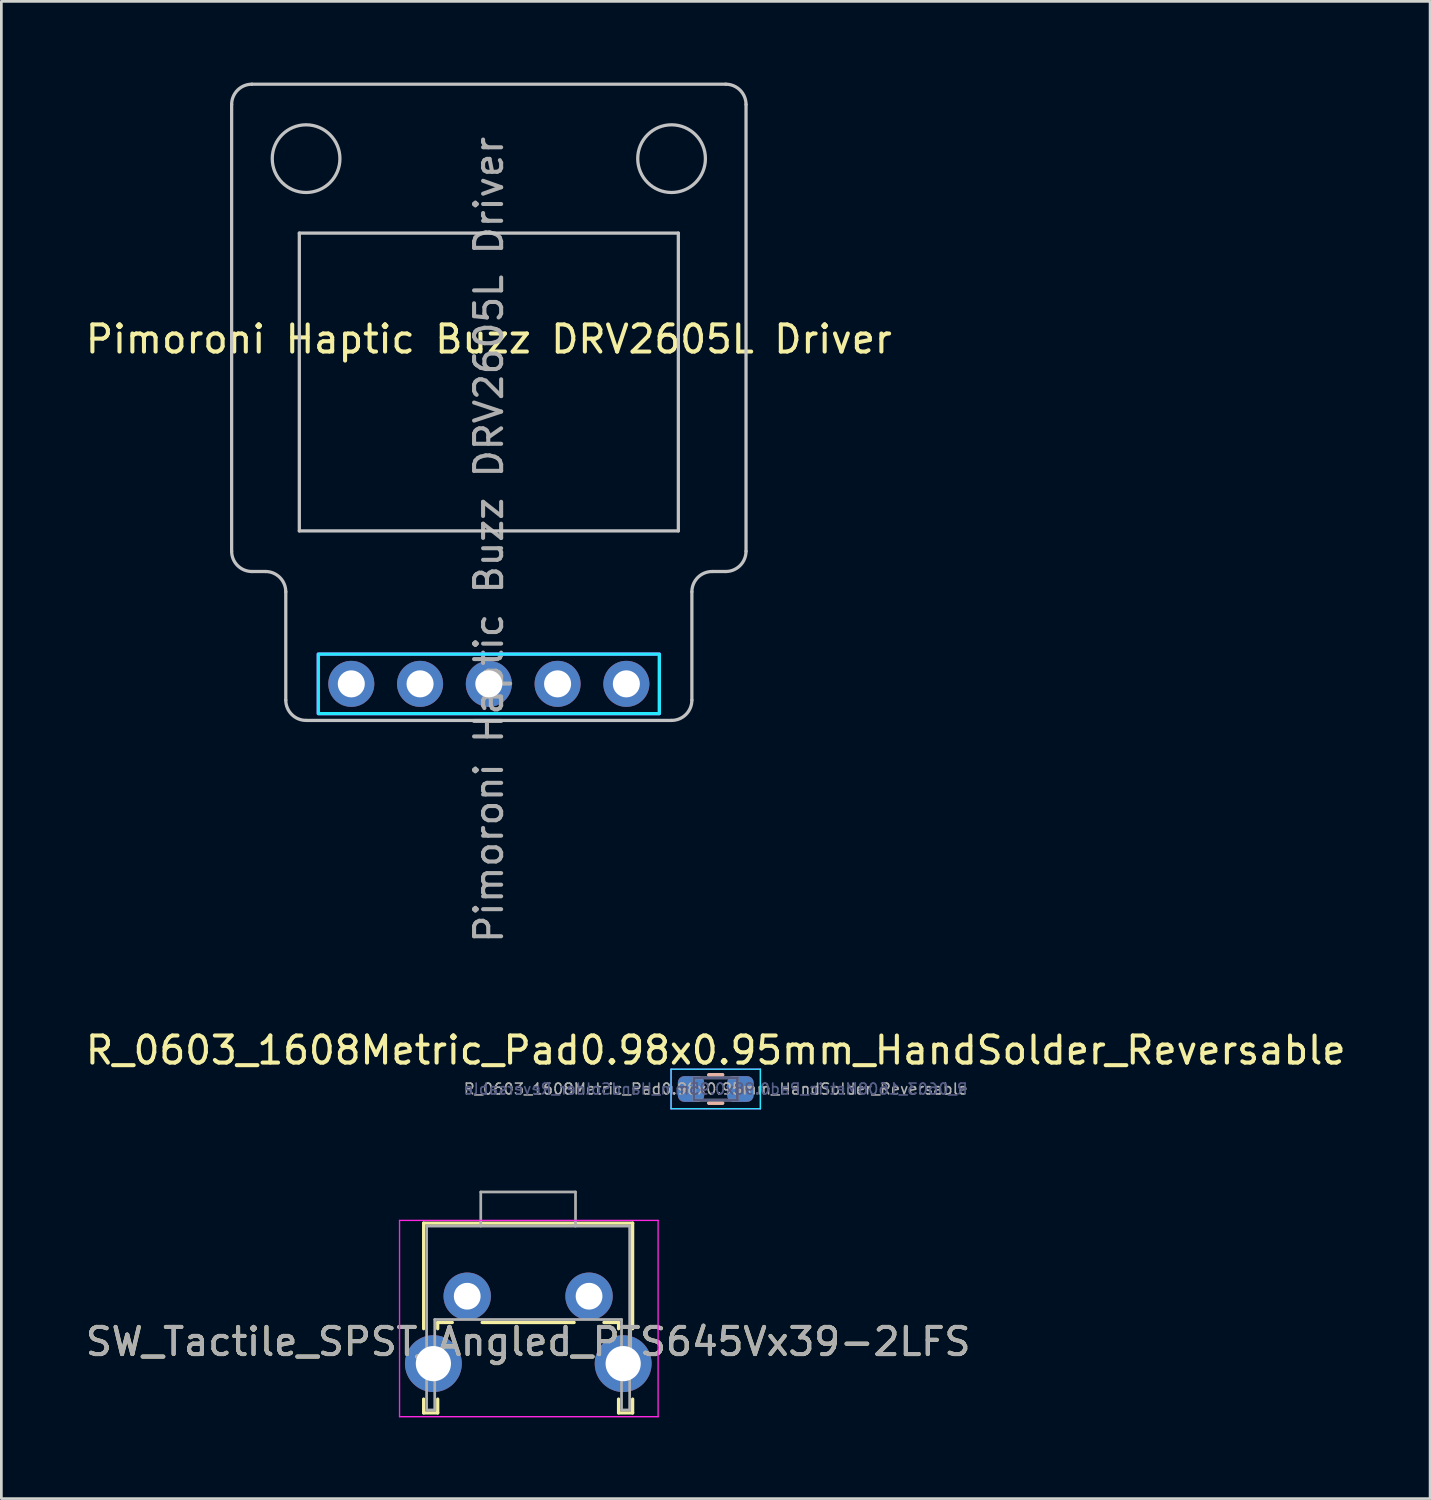
<source format=kicad_pcb>
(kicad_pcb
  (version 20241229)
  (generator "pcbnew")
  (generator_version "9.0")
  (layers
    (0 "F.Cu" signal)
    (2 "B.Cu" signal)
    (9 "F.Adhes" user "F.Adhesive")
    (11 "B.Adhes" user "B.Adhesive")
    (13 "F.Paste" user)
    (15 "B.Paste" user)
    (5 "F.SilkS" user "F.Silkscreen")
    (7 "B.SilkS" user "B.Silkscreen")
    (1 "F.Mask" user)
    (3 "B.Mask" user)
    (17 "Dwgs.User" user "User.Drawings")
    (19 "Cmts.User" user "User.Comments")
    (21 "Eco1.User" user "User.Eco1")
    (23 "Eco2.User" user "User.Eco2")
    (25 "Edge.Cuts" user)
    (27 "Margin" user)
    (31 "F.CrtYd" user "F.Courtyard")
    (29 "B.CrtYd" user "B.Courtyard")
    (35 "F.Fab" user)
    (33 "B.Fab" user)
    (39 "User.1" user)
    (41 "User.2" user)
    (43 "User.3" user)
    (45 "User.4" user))
  (footprint "Pimoroni Haptic Buzz DRV2605L Driver"
    (layer "F.Cu")
    (at 15.006 11.81)
    (property "Reference" "Pimoroni Haptic Buzz DRV2605L Driver" (at 0 -2.33 0) (layer "F.SilkS") (effects (font (size 1 1) (thickness 0.15))))
    (attr through_hole)
    (fp_line (start -9.5 -11) (end -9.5 5.5) (stroke (width 0.12) (type solid)) (layer "Dwgs.User"))
    (fp_line (start -8.75 6.25) (end -8.25 6.25) (stroke (width 0.12) (type solid)) (layer "Dwgs.User"))
    (fp_line (start -7.5 11) (end -7.5 7) (stroke (width 0.12) (type solid)) (layer "Dwgs.User"))
    (fp_line (start -7 -6.25) (end -7 4.75) (stroke (width 0.12) (type solid)) (layer "Dwgs.User"))
    (fp_line (start -7 4.75) (end 7 4.75) (stroke (width 0.12) (type solid)) (layer "Dwgs.User"))
    (fp_line (start -6.75 11.75) (end 6.75 11.75) (stroke (width 0.12) (type solid)) (layer "Dwgs.User"))
    (fp_line (start 7 -6.25) (end -7 -6.25) (stroke (width 0.12) (type solid)) (layer "Dwgs.User"))
    (fp_line (start 7 4.75) (end 7 -6.25) (stroke (width 0.12) (type solid)) (layer "Dwgs.User"))
    (fp_line (start 7.5 7) (end 7.5 11) (stroke (width 0.12) (type solid)) (layer "Dwgs.User"))
    (fp_line (start 8.75 -11.75) (end -8.75 -11.75) (stroke (width 0.12) (type solid)) (layer "Dwgs.User"))
    (fp_line (start 8.75 6.25) (end 8.25 6.25) (stroke (width 0.12) (type solid)) (layer "Dwgs.User"))
    (fp_line (start 9.5 5.5) (end 9.5 -11) (stroke (width 0.12) (type solid)) (layer "Dwgs.User"))
    (fp_arc (start -9.5 -11) (mid -9.28033 -11.53033) (end -8.75 -11.75) (stroke (width 0.12) (type solid)) (layer "Dwgs.User"))
    (fp_arc (start -8.75 6.25) (mid -9.28033 6.03033) (end -9.5 5.5) (stroke (width 0.12) (type solid)) (layer "Dwgs.User"))
    (fp_arc (start -8.25 6.25) (mid -7.71967 6.46967) (end -7.5 7) (stroke (width 0.12) (type solid)) (layer "Dwgs.User"))
    (fp_arc (start -6.75 11.75) (mid -7.28033 11.53033) (end -7.5 11) (stroke (width 0.12) (type solid)) (layer "Dwgs.User"))
    (fp_arc (start 7.5 7) (mid 7.71967 6.46967) (end 8.25 6.25) (stroke (width 0.12) (type solid)) (layer "Dwgs.User"))
    (fp_arc (start 7.5 11) (mid 7.28033 11.53033) (end 6.75 11.75) (stroke (width 0.12) (type solid)) (layer "Dwgs.User"))
    (fp_arc (start 8.75 -11.75) (mid 9.28033 -11.53033) (end 9.5 -11) (stroke (width 0.12) (type solid)) (layer "Dwgs.User"))
    (fp_arc (start 9.5 5.5) (mid 9.28033 6.03033) (end 8.75 6.25) (stroke (width 0.12) (type solid)) (layer "Dwgs.User"))
    (fp_circle (center -6.75 -9) (end -5.5 -9) (stroke (width 0.12) (type solid)) (fill no) (layer "Dwgs.User"))
    (fp_circle (center 6.75 -9) (end 8 -9) (stroke (width 0.12) (type solid)) (fill no) (layer "Dwgs.User"))
    (fp_rect (start -6.3 11.5) (end 6.3 9.3) (stroke (width 0.12) (type solid)) (fill no) (layer "B.CrtYd"))
    (fp_rect (start -6.3 11.5) (end 6.3 9.3) (stroke (width 0.12) (type solid)) (fill no) (layer "F.CrtYd"))
    (fp_text user "${REFERENCE}" (at 0 5.08 90) (layer "F.Fab") (effects (font (size 1 1) (thickness 0.15))))
    (pad "1" thru_hole circle (at -5.08 10.4 90) (size 1.7 1.7) (drill 1) (layers "*.Cu" "*.Mask"))
    (pad "2" thru_hole oval (at -2.54 10.4 90) (size 1.7 1.7) (drill 1) (layers "*.Cu" "*.Mask"))
    (pad "3" thru_hole oval (at 0 10.4 90) (size 1.7 1.7) (drill 1) (layers "*.Cu" "*.Mask"))
    (pad "4" thru_hole oval (at 2.54 10.4 90) (size 1.7 1.7) (drill 1) (layers "*.Cu" "*.Mask"))
    (pad "5" thru_hole oval (at 5.08 10.4 90) (size 1.7 1.7) (drill 1) (layers "*.Cu" "*.Mask")))
  (footprint "SW_Tactile_SPST_Angled_PTS645Vx39-2LFS"
    (layer "F.Cu")
    (at 14.208 44.829)
    (property "Reference" "SW_Tactile_SPST_Angled_PTS645Vx39-2LFS" (at 2.25 1.68 180) (layer "F.SilkS") (effects (font (size 1 1) (thickness 0.15))))
    (attr through_hole)
    (fp_line (start -1.61 -2.7) (end -1.61 1.2) (stroke (width 0.12) (type solid)) (layer "F.SilkS"))
    (fp_line (start -1.61 -2.7) (end 6.11 -2.7) (stroke (width 0.12) (type solid)) (layer "F.SilkS"))
    (fp_line (start -1.61 3.8) (end -1.61 4.31) (stroke (width 0.12) (type solid)) (layer "F.SilkS"))
    (fp_line (start -1.61 4.31) (end -1.09 4.31) (stroke (width 0.12) (type solid)) (layer "F.SilkS"))
    (fp_line (start -1.09 0.97) (end -1.09 1.2) (stroke (width 0.12) (type solid)) (layer "F.SilkS"))
    (fp_line (start -1.09 0.97) (end -0.55 0.97) (stroke (width 0.12) (type solid)) (layer "F.SilkS"))
    (fp_line (start -1.09 3.8) (end -1.09 4.31) (stroke (width 0.12) (type solid)) (layer "F.SilkS"))
    (fp_line (start 0.55 0.97) (end 3.95 0.97) (stroke (width 0.12) (type solid)) (layer "F.SilkS"))
    (fp_line (start 5.05 0.97) (end 5.59 0.97) (stroke (width 0.12) (type solid)) (layer "F.SilkS"))
    (fp_line (start 5.59 0.97) (end 5.59 1.2) (stroke (width 0.12) (type solid)) (layer "F.SilkS"))
    (fp_line (start 5.59 3.8) (end 5.59 4.31) (stroke (width 0.12) (type solid)) (layer "F.SilkS"))
    (fp_line (start 5.59 4.31) (end 6.11 4.31) (stroke (width 0.12) (type solid)) (layer "F.SilkS"))
    (fp_line (start 6.11 -2.7) (end 6.11 1.2) (stroke (width 0.12) (type solid)) (layer "F.SilkS"))
    (fp_line (start 6.11 3.8) (end 6.11 4.31) (stroke (width 0.12) (type solid)) (layer "F.SilkS"))
    (fp_line (start -2.5 -2.8) (end 7.05 -2.8) (stroke (width 0.05) (type solid)) (layer "F.CrtYd"))
    (fp_line (start -2.5 4.45) (end -2.5 -2.8) (stroke (width 0.05) (type solid)) (layer "F.CrtYd"))
    (fp_line (start 7.05 -2.8) (end 7.05 4.45) (stroke (width 0.05) (type solid)) (layer "F.CrtYd"))
    (fp_line (start 7.05 4.45) (end -2.5 4.45) (stroke (width 0.05) (type solid)) (layer "F.CrtYd"))
    (fp_line (start -1.5 -2.59) (end 6 -2.59) (stroke (width 0.1) (type solid)) (layer "F.Fab"))
    (fp_line (start -1.5 4.2) (end -1.5 -2.59) (stroke (width 0.1) (type solid)) (layer "F.Fab"))
    (fp_line (start -1.5 4.2) (end -1.2 4.2) (stroke (width 0.1) (type solid)) (layer "F.Fab"))
    (fp_line (start -1.2 0.86) (end 5.7 0.86) (stroke (width 0.1) (type solid)) (layer "F.Fab"))
    (fp_line (start -1.2 4.2) (end -1.2 0.86) (stroke (width 0.1) (type solid)) (layer "F.Fab"))
    (fp_line (start 0.5 -3.85) (end 0.5 -2.59) (stroke (width 0.1) (type solid)) (layer "F.Fab"))
    (fp_line (start 0.5 -3.85) (end 4 -3.85) (stroke (width 0.1) (type solid)) (layer "F.Fab"))
    (fp_line (start 4 -3.85) (end 4 -2.59) (stroke (width 0.1) (type solid)) (layer "F.Fab"))
    (fp_line (start 5.7 4.2) (end 5.7 0.86) (stroke (width 0.1) (type solid)) (layer "F.Fab"))
    (fp_line (start 5.7 4.2) (end 6 4.2) (stroke (width 0.1) (type solid)) (layer "F.Fab"))
    (fp_line (start 6 4.2) (end 6 -2.59) (stroke (width 0.1) (type solid)) (layer "F.Fab"))
    (fp_text user "${REFERENCE}" (at 2.25 1.68 180) (layer "F.Fab") (effects (font (size 1 1) (thickness 0.15))))
    (pad "" thru_hole circle (at -1.25 2.49) (size 2.1 2.1) (drill 1.3) (layers "*.Cu" "*.Mask"))
    (pad "" thru_hole circle (at 5.76 2.49) (size 2.1 2.1) (drill 1.3) (layers "*.Cu" "*.Mask"))
    (pad "1" thru_hole circle (at 0 0) (size 1.75 1.75) (drill 0.99) (layers "*.Cu" "*.Mask"))
    (pad "2" thru_hole circle (at 4.5 0) (size 1.75 1.75) (drill 0.99) (layers "*.Cu" "*.Mask")))
  (footprint "R_0603_1608Metric_Pad0.98x0.95mm_HandSolder_Reversable"
    (layer "F.Cu")
    (at 23.387 37.174)
    (property "Reference" "R_0603_1608Metric_Pad0.98x0.95mm_HandSolder_Reversable" (at 0 -1.43 0) (layer "F.SilkS") (effects (font (size 1 1) (thickness 0.15))))
    (attr smd)
    (fp_line (start -0.255 -0.522) (end 0.255 -0.522) (stroke (width 0.12) (type solid)) (layer "F.SilkS"))
    (fp_line (start -0.255 0.522) (end 0.255 0.522) (stroke (width 0.12) (type solid)) (layer "F.SilkS"))
    (fp_line (start -0.255 -0.522) (end 0.255 -0.522) (stroke (width 0.12) (type solid)) (layer "B.SilkS"))
    (fp_line (start -0.255 0.522) (end 0.255 0.522) (stroke (width 0.12) (type solid)) (layer "B.SilkS"))
    (fp_line (start -1.65 -0.73) (end -1.65 0.73) (stroke (width 0.05) (type solid)) (layer "B.CrtYd"))
    (fp_line (start -1.65 0.73) (end 1.65 0.73) (stroke (width 0.05) (type solid)) (layer "B.CrtYd"))
    (fp_line (start 1.65 -0.73) (end -1.65 -0.73) (stroke (width 0.05) (type solid)) (layer "B.CrtYd"))
    (fp_line (start 1.65 0.73) (end 1.65 -0.73) (stroke (width 0.05) (type solid)) (layer "B.CrtYd"))
    (fp_line (start -1.65 -0.73) (end 1.65 -0.73) (stroke (width 0.05) (type solid)) (layer "F.CrtYd"))
    (fp_line (start -1.65 0.73) (end -1.65 -0.73) (stroke (width 0.05) (type solid)) (layer "F.CrtYd"))
    (fp_line (start 1.65 -0.73) (end 1.65 0.73) (stroke (width 0.05) (type solid)) (layer "F.CrtYd"))
    (fp_line (start 1.65 0.73) (end -1.65 0.73) (stroke (width 0.05) (type solid)) (layer "F.CrtYd"))
    (fp_line (start -0.8 -0.412) (end -0.8 0.412) (stroke (width 0.1) (type solid)) (layer "B.Fab"))
    (fp_line (start -0.8 0.412) (end 0.8 0.412) (stroke (width 0.1) (type solid)) (layer "B.Fab"))
    (fp_line (start 0.8 -0.412) (end -0.8 -0.412) (stroke (width 0.1) (type solid)) (layer "B.Fab"))
    (fp_line (start 0.8 0.412) (end 0.8 -0.412) (stroke (width 0.1) (type solid)) (layer "B.Fab"))
    (fp_line (start -0.8 -0.412) (end 0.8 -0.412) (stroke (width 0.1) (type solid)) (layer "F.Fab"))
    (fp_line (start -0.8 0.412) (end -0.8 -0.412) (stroke (width 0.1) (type solid)) (layer "F.Fab"))
    (fp_line (start 0.8 -0.412) (end 0.8 0.412) (stroke (width 0.1) (type solid)) (layer "F.Fab"))
    (fp_line (start 0.8 0.412) (end -0.8 0.412) (stroke (width 0.1) (type solid)) (layer "F.Fab"))
    (fp_text user "${REFERENCE}" (at 0 0 180) (layer "B.Fab") (effects (font (size 0.4 0.4) (thickness 0.06)) (justify mirror)))
    (fp_text user "${REFERENCE}" (at 0 0 0) (layer "F.Fab") (effects (font (size 0.4 0.4) (thickness 0.06))))
    (pad "1" smd roundrect (at -0.912 0) (size 0.975 0.95) (layers "F.Cu" "F.Mask" "F.Paste") (roundrect_rratio 0.25))
    (pad "1" smd roundrect (at -0.912 0 180) (size 0.975 0.95) (layers "B.Cu" "B.Mask" "B.Paste") (roundrect_rratio 0.25))
    (pad "2" smd roundrect (at 0.912 0) (size 0.975 0.95) (layers "F.Cu" "F.Mask" "F.Paste") (roundrect_rratio 0.25))
    (pad "2" smd roundrect (at 0.912 0 180) (size 0.975 0.95) (layers "B.Cu" "B.Mask" "B.Paste") (roundrect_rratio 0.25)))
  (gr_rect
    (start -3 -3)
    (end 49.774 52.304)
    (stroke (width 0.1) (type default))
    (fill no)
    (layer "Edge.Cuts")))
</source>
